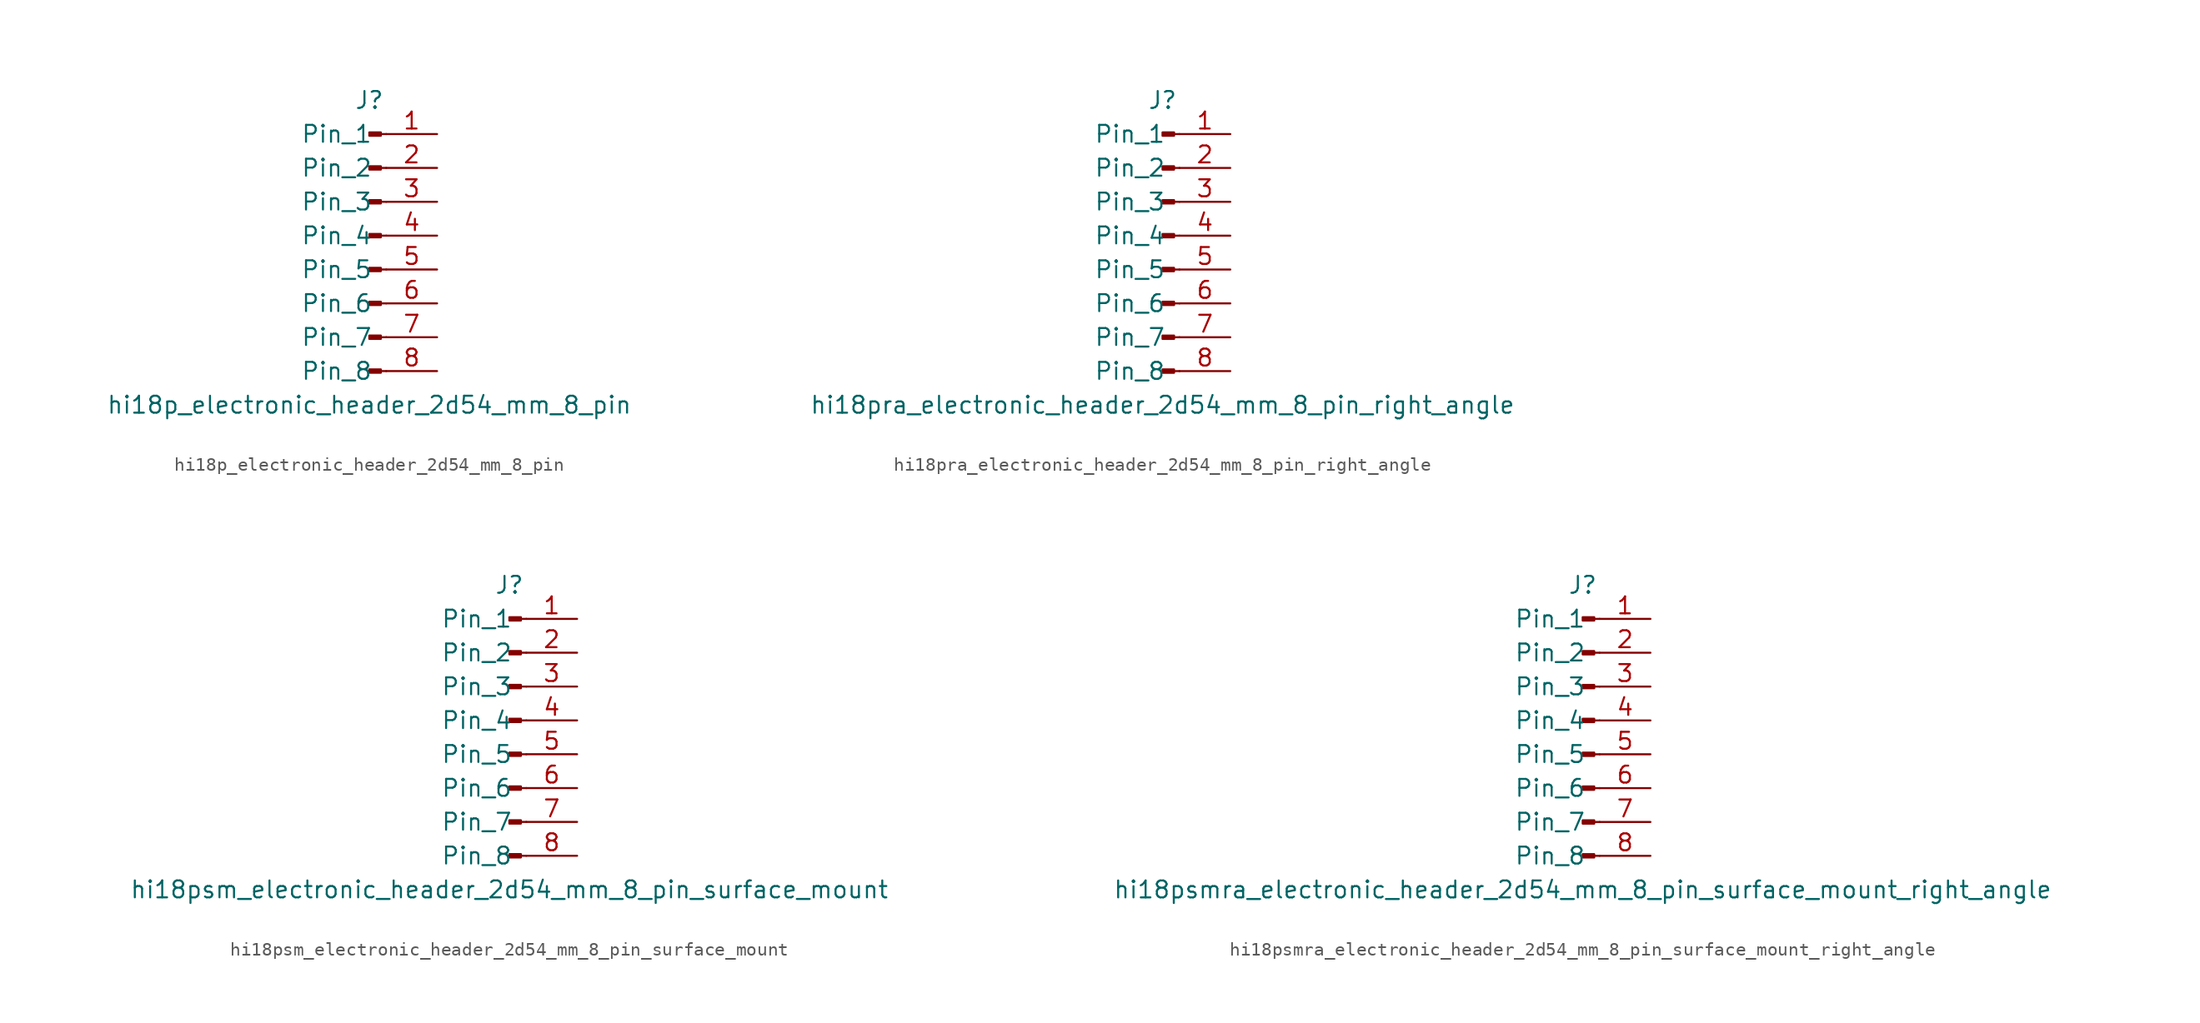
<source format=kicad_sym>
(kicad_symbol_lib
  (version 20220914)
  (generator kicad_symbol_editor)
  (symbol "hi18p_electronic_header_2d54_mm_8_pin"
    (pin_names
      (offset 1.016))
    (property "Reference" "J"
      (at 0 10.16 0)
      (effects (font (size 1.27 1.27))))
    (property "Value" "hi18p_electronic_header_2d54_mm_8_pin"
      (at 0 -12.7 0)
      (effects (font (size 1.27 1.27))))
    (property "ki_locked" ""
      (at 0 0 0)
      (effects (font (size 1.27 1.27))))
    (symbol "hi18p_electronic_header_2d54_mm_8_pin_1_1"
      (polyline (pts (xy 1.27 -10.16) (xy 0.864 -10.16)) (stroke (width 0.152) (type default)) (fill (type none)))
      (polyline (pts (xy 1.27 -7.62) (xy 0.864 -7.62)) (stroke (width 0.152) (type default)) (fill (type none)))
      (polyline (pts (xy 1.27 -5.08) (xy 0.864 -5.08)) (stroke (width 0.152) (type default)) (fill (type none)))
      (polyline (pts (xy 1.27 -2.54) (xy 0.864 -2.54)) (stroke (width 0.152) (type default)) (fill (type none)))
      (polyline (pts (xy 1.27 0) (xy 0.864 0)) (stroke (width 0.152) (type default)) (fill (type none)))
      (polyline (pts (xy 1.27 2.54) (xy 0.864 2.54)) (stroke (width 0.152) (type default)) (fill (type none)))
      (polyline (pts (xy 1.27 5.08) (xy 0.864 5.08)) (stroke (width 0.152) (type default)) (fill (type none)))
      (polyline (pts (xy 1.27 7.62) (xy 0.864 7.62)) (stroke (width 0.152) (type default)) (fill (type none)))
      (rectangle (start 0.864 -10.033) (end 0 -10.287) (stroke (width 0.152) (type default)) (fill (type outline)))
      (rectangle (start 0.864 -7.493) (end 0 -7.747) (stroke (width 0.152) (type default)) (fill (type outline)))
      (rectangle (start 0.864 -4.953) (end 0 -5.207) (stroke (width 0.152) (type default)) (fill (type outline)))
      (rectangle (start 0.864 -2.413) (end 0 -2.667) (stroke (width 0.152) (type default)) (fill (type outline)))
      (rectangle (start 0.864 0.127) (end 0 -0.127) (stroke (width 0.152) (type default)) (fill (type outline)))
      (rectangle (start 0.864 2.667) (end 0 2.413) (stroke (width 0.152) (type default)) (fill (type outline)))
      (rectangle (start 0.864 5.207) (end 0 4.953) (stroke (width 0.152) (type default)) (fill (type outline)))
      (rectangle (start 0.864 7.747) (end 0 7.493) (stroke (width 0.152) (type default)) (fill (type outline)))
      (pin passive line (at 5.08 7.62 180) (length 3.81) (name "Pin_1" (effects (font (size 1.27 1.27)))) (number "1" (effects (font (size 1.27 1.27)))))
      (pin passive line (at 5.08 5.08 180) (length 3.81) (name "Pin_2" (effects (font (size 1.27 1.27)))) (number "2" (effects (font (size 1.27 1.27)))))
      (pin passive line (at 5.08 2.54 180) (length 3.81) (name "Pin_3" (effects (font (size 1.27 1.27)))) (number "3" (effects (font (size 1.27 1.27)))))
      (pin passive line (at 5.08 0 180) (length 3.81) (name "Pin_4" (effects (font (size 1.27 1.27)))) (number "4" (effects (font (size 1.27 1.27)))))
      (pin passive line (at 5.08 -2.54 180) (length 3.81) (name "Pin_5" (effects (font (size 1.27 1.27)))) (number "5" (effects (font (size 1.27 1.27)))))
      (pin passive line (at 5.08 -5.08 180) (length 3.81) (name "Pin_6" (effects (font (size 1.27 1.27)))) (number "6" (effects (font (size 1.27 1.27)))))
      (pin passive line (at 5.08 -7.62 180) (length 3.81) (name "Pin_7" (effects (font (size 1.27 1.27)))) (number "7" (effects (font (size 1.27 1.27)))))
      (pin passive line (at 5.08 -10.16 180) (length 3.81) (name "Pin_8" (effects (font (size 1.27 1.27)))) (number "8" (effects (font (size 1.27 1.27)))))))
  (symbol "hi18pra_electronic_header_2d54_mm_8_pin_right_angle"
    (pin_names
      (offset 1.016))
    (property "Reference" "J"
      (at 0 10.16 0)
      (effects (font (size 1.27 1.27))))
    (property "Value" "hi18pra_electronic_header_2d54_mm_8_pin_right_angle"
      (at 0 -12.7 0)
      (effects (font (size 1.27 1.27))))
    (property "ki_locked" ""
      (at 0 0 0)
      (effects (font (size 1.27 1.27))))
    (symbol "hi18pra_electronic_header_2d54_mm_8_pin_right_angle_1_1"
      (polyline (pts (xy 1.27 -10.16) (xy 0.864 -10.16)) (stroke (width 0.152) (type default)) (fill (type none)))
      (polyline (pts (xy 1.27 -7.62) (xy 0.864 -7.62)) (stroke (width 0.152) (type default)) (fill (type none)))
      (polyline (pts (xy 1.27 -5.08) (xy 0.864 -5.08)) (stroke (width 0.152) (type default)) (fill (type none)))
      (polyline (pts (xy 1.27 -2.54) (xy 0.864 -2.54)) (stroke (width 0.152) (type default)) (fill (type none)))
      (polyline (pts (xy 1.27 0) (xy 0.864 0)) (stroke (width 0.152) (type default)) (fill (type none)))
      (polyline (pts (xy 1.27 2.54) (xy 0.864 2.54)) (stroke (width 0.152) (type default)) (fill (type none)))
      (polyline (pts (xy 1.27 5.08) (xy 0.864 5.08)) (stroke (width 0.152) (type default)) (fill (type none)))
      (polyline (pts (xy 1.27 7.62) (xy 0.864 7.62)) (stroke (width 0.152) (type default)) (fill (type none)))
      (rectangle (start 0.864 -10.033) (end 0 -10.287) (stroke (width 0.152) (type default)) (fill (type outline)))
      (rectangle (start 0.864 -7.493) (end 0 -7.747) (stroke (width 0.152) (type default)) (fill (type outline)))
      (rectangle (start 0.864 -4.953) (end 0 -5.207) (stroke (width 0.152) (type default)) (fill (type outline)))
      (rectangle (start 0.864 -2.413) (end 0 -2.667) (stroke (width 0.152) (type default)) (fill (type outline)))
      (rectangle (start 0.864 0.127) (end 0 -0.127) (stroke (width 0.152) (type default)) (fill (type outline)))
      (rectangle (start 0.864 2.667) (end 0 2.413) (stroke (width 0.152) (type default)) (fill (type outline)))
      (rectangle (start 0.864 5.207) (end 0 4.953) (stroke (width 0.152) (type default)) (fill (type outline)))
      (rectangle (start 0.864 7.747) (end 0 7.493) (stroke (width 0.152) (type default)) (fill (type outline)))
      (pin passive line (at 5.08 7.62 180) (length 3.81) (name "Pin_1" (effects (font (size 1.27 1.27)))) (number "1" (effects (font (size 1.27 1.27)))))
      (pin passive line (at 5.08 5.08 180) (length 3.81) (name "Pin_2" (effects (font (size 1.27 1.27)))) (number "2" (effects (font (size 1.27 1.27)))))
      (pin passive line (at 5.08 2.54 180) (length 3.81) (name "Pin_3" (effects (font (size 1.27 1.27)))) (number "3" (effects (font (size 1.27 1.27)))))
      (pin passive line (at 5.08 0 180) (length 3.81) (name "Pin_4" (effects (font (size 1.27 1.27)))) (number "4" (effects (font (size 1.27 1.27)))))
      (pin passive line (at 5.08 -2.54 180) (length 3.81) (name "Pin_5" (effects (font (size 1.27 1.27)))) (number "5" (effects (font (size 1.27 1.27)))))
      (pin passive line (at 5.08 -5.08 180) (length 3.81) (name "Pin_6" (effects (font (size 1.27 1.27)))) (number "6" (effects (font (size 1.27 1.27)))))
      (pin passive line (at 5.08 -7.62 180) (length 3.81) (name "Pin_7" (effects (font (size 1.27 1.27)))) (number "7" (effects (font (size 1.27 1.27)))))
      (pin passive line (at 5.08 -10.16 180) (length 3.81) (name "Pin_8" (effects (font (size 1.27 1.27)))) (number "8" (effects (font (size 1.27 1.27)))))))
  (symbol "hi18psm_electronic_header_2d54_mm_8_pin_surface_mount"
    (pin_names
      (offset 1.016))
    (property "Reference" "J"
      (at 0 10.16 0)
      (effects (font (size 1.27 1.27))))
    (property "Value" "hi18psm_electronic_header_2d54_mm_8_pin_surface_mount"
      (at 0 -12.7 0)
      (effects (font (size 1.27 1.27))))
    (property "ki_locked" ""
      (at 0 0 0)
      (effects (font (size 1.27 1.27))))
    (symbol "hi18psm_electronic_header_2d54_mm_8_pin_surface_mount_1_1"
      (polyline (pts (xy 1.27 -10.16) (xy 0.864 -10.16)) (stroke (width 0.152) (type default)) (fill (type none)))
      (polyline (pts (xy 1.27 -7.62) (xy 0.864 -7.62)) (stroke (width 0.152) (type default)) (fill (type none)))
      (polyline (pts (xy 1.27 -5.08) (xy 0.864 -5.08)) (stroke (width 0.152) (type default)) (fill (type none)))
      (polyline (pts (xy 1.27 -2.54) (xy 0.864 -2.54)) (stroke (width 0.152) (type default)) (fill (type none)))
      (polyline (pts (xy 1.27 0) (xy 0.864 0)) (stroke (width 0.152) (type default)) (fill (type none)))
      (polyline (pts (xy 1.27 2.54) (xy 0.864 2.54)) (stroke (width 0.152) (type default)) (fill (type none)))
      (polyline (pts (xy 1.27 5.08) (xy 0.864 5.08)) (stroke (width 0.152) (type default)) (fill (type none)))
      (polyline (pts (xy 1.27 7.62) (xy 0.864 7.62)) (stroke (width 0.152) (type default)) (fill (type none)))
      (rectangle (start 0.864 -10.033) (end 0 -10.287) (stroke (width 0.152) (type default)) (fill (type outline)))
      (rectangle (start 0.864 -7.493) (end 0 -7.747) (stroke (width 0.152) (type default)) (fill (type outline)))
      (rectangle (start 0.864 -4.953) (end 0 -5.207) (stroke (width 0.152) (type default)) (fill (type outline)))
      (rectangle (start 0.864 -2.413) (end 0 -2.667) (stroke (width 0.152) (type default)) (fill (type outline)))
      (rectangle (start 0.864 0.127) (end 0 -0.127) (stroke (width 0.152) (type default)) (fill (type outline)))
      (rectangle (start 0.864 2.667) (end 0 2.413) (stroke (width 0.152) (type default)) (fill (type outline)))
      (rectangle (start 0.864 5.207) (end 0 4.953) (stroke (width 0.152) (type default)) (fill (type outline)))
      (rectangle (start 0.864 7.747) (end 0 7.493) (stroke (width 0.152) (type default)) (fill (type outline)))
      (pin passive line (at 5.08 7.62 180) (length 3.81) (name "Pin_1" (effects (font (size 1.27 1.27)))) (number "1" (effects (font (size 1.27 1.27)))))
      (pin passive line (at 5.08 5.08 180) (length 3.81) (name "Pin_2" (effects (font (size 1.27 1.27)))) (number "2" (effects (font (size 1.27 1.27)))))
      (pin passive line (at 5.08 2.54 180) (length 3.81) (name "Pin_3" (effects (font (size 1.27 1.27)))) (number "3" (effects (font (size 1.27 1.27)))))
      (pin passive line (at 5.08 0 180) (length 3.81) (name "Pin_4" (effects (font (size 1.27 1.27)))) (number "4" (effects (font (size 1.27 1.27)))))
      (pin passive line (at 5.08 -2.54 180) (length 3.81) (name "Pin_5" (effects (font (size 1.27 1.27)))) (number "5" (effects (font (size 1.27 1.27)))))
      (pin passive line (at 5.08 -5.08 180) (length 3.81) (name "Pin_6" (effects (font (size 1.27 1.27)))) (number "6" (effects (font (size 1.27 1.27)))))
      (pin passive line (at 5.08 -7.62 180) (length 3.81) (name "Pin_7" (effects (font (size 1.27 1.27)))) (number "7" (effects (font (size 1.27 1.27)))))
      (pin passive line (at 5.08 -10.16 180) (length 3.81) (name "Pin_8" (effects (font (size 1.27 1.27)))) (number "8" (effects (font (size 1.27 1.27)))))))
  (symbol "hi18psmra_electronic_header_2d54_mm_8_pin_surface_mount_right_angle"
    (pin_names
      (offset 1.016))
    (property "Reference" "J"
      (at 0 10.16 0)
      (effects (font (size 1.27 1.27))))
    (property "Value" "hi18psmra_electronic_header_2d54_mm_8_pin_surface_mount_right_angle"
      (at 0 -12.7 0)
      (effects (font (size 1.27 1.27))))
    (property "ki_locked" ""
      (at 0 0 0)
      (effects (font (size 1.27 1.27))))
    (symbol "hi18psmra_electronic_header_2d54_mm_8_pin_surface_mount_right_angle_1_1"
      (polyline (pts (xy 1.27 -10.16) (xy 0.864 -10.16)) (stroke (width 0.152) (type default)) (fill (type none)))
      (polyline (pts (xy 1.27 -7.62) (xy 0.864 -7.62)) (stroke (width 0.152) (type default)) (fill (type none)))
      (polyline (pts (xy 1.27 -5.08) (xy 0.864 -5.08)) (stroke (width 0.152) (type default)) (fill (type none)))
      (polyline (pts (xy 1.27 -2.54) (xy 0.864 -2.54)) (stroke (width 0.152) (type default)) (fill (type none)))
      (polyline (pts (xy 1.27 0) (xy 0.864 0)) (stroke (width 0.152) (type default)) (fill (type none)))
      (polyline (pts (xy 1.27 2.54) (xy 0.864 2.54)) (stroke (width 0.152) (type default)) (fill (type none)))
      (polyline (pts (xy 1.27 5.08) (xy 0.864 5.08)) (stroke (width 0.152) (type default)) (fill (type none)))
      (polyline (pts (xy 1.27 7.62) (xy 0.864 7.62)) (stroke (width 0.152) (type default)) (fill (type none)))
      (rectangle (start 0.864 -10.033) (end 0 -10.287) (stroke (width 0.152) (type default)) (fill (type outline)))
      (rectangle (start 0.864 -7.493) (end 0 -7.747) (stroke (width 0.152) (type default)) (fill (type outline)))
      (rectangle (start 0.864 -4.953) (end 0 -5.207) (stroke (width 0.152) (type default)) (fill (type outline)))
      (rectangle (start 0.864 -2.413) (end 0 -2.667) (stroke (width 0.152) (type default)) (fill (type outline)))
      (rectangle (start 0.864 0.127) (end 0 -0.127) (stroke (width 0.152) (type default)) (fill (type outline)))
      (rectangle (start 0.864 2.667) (end 0 2.413) (stroke (width 0.152) (type default)) (fill (type outline)))
      (rectangle (start 0.864 5.207) (end 0 4.953) (stroke (width 0.152) (type default)) (fill (type outline)))
      (rectangle (start 0.864 7.747) (end 0 7.493) (stroke (width 0.152) (type default)) (fill (type outline)))
      (pin passive line (at 5.08 7.62 180) (length 3.81) (name "Pin_1" (effects (font (size 1.27 1.27)))) (number "1" (effects (font (size 1.27 1.27)))))
      (pin passive line (at 5.08 5.08 180) (length 3.81) (name "Pin_2" (effects (font (size 1.27 1.27)))) (number "2" (effects (font (size 1.27 1.27)))))
      (pin passive line (at 5.08 2.54 180) (length 3.81) (name "Pin_3" (effects (font (size 1.27 1.27)))) (number "3" (effects (font (size 1.27 1.27)))))
      (pin passive line (at 5.08 0 180) (length 3.81) (name "Pin_4" (effects (font (size 1.27 1.27)))) (number "4" (effects (font (size 1.27 1.27)))))
      (pin passive line (at 5.08 -2.54 180) (length 3.81) (name "Pin_5" (effects (font (size 1.27 1.27)))) (number "5" (effects (font (size 1.27 1.27)))))
      (pin passive line (at 5.08 -5.08 180) (length 3.81) (name "Pin_6" (effects (font (size 1.27 1.27)))) (number "6" (effects (font (size 1.27 1.27)))))
      (pin passive line (at 5.08 -7.62 180) (length 3.81) (name "Pin_7" (effects (font (size 1.27 1.27)))) (number "7" (effects (font (size 1.27 1.27)))))
      (pin passive line (at 5.08 -10.16 180) (length 3.81) (name "Pin_8" (effects (font (size 1.27 1.27)))) (number "8" (effects (font (size 1.27 1.27))))))))
</source>
